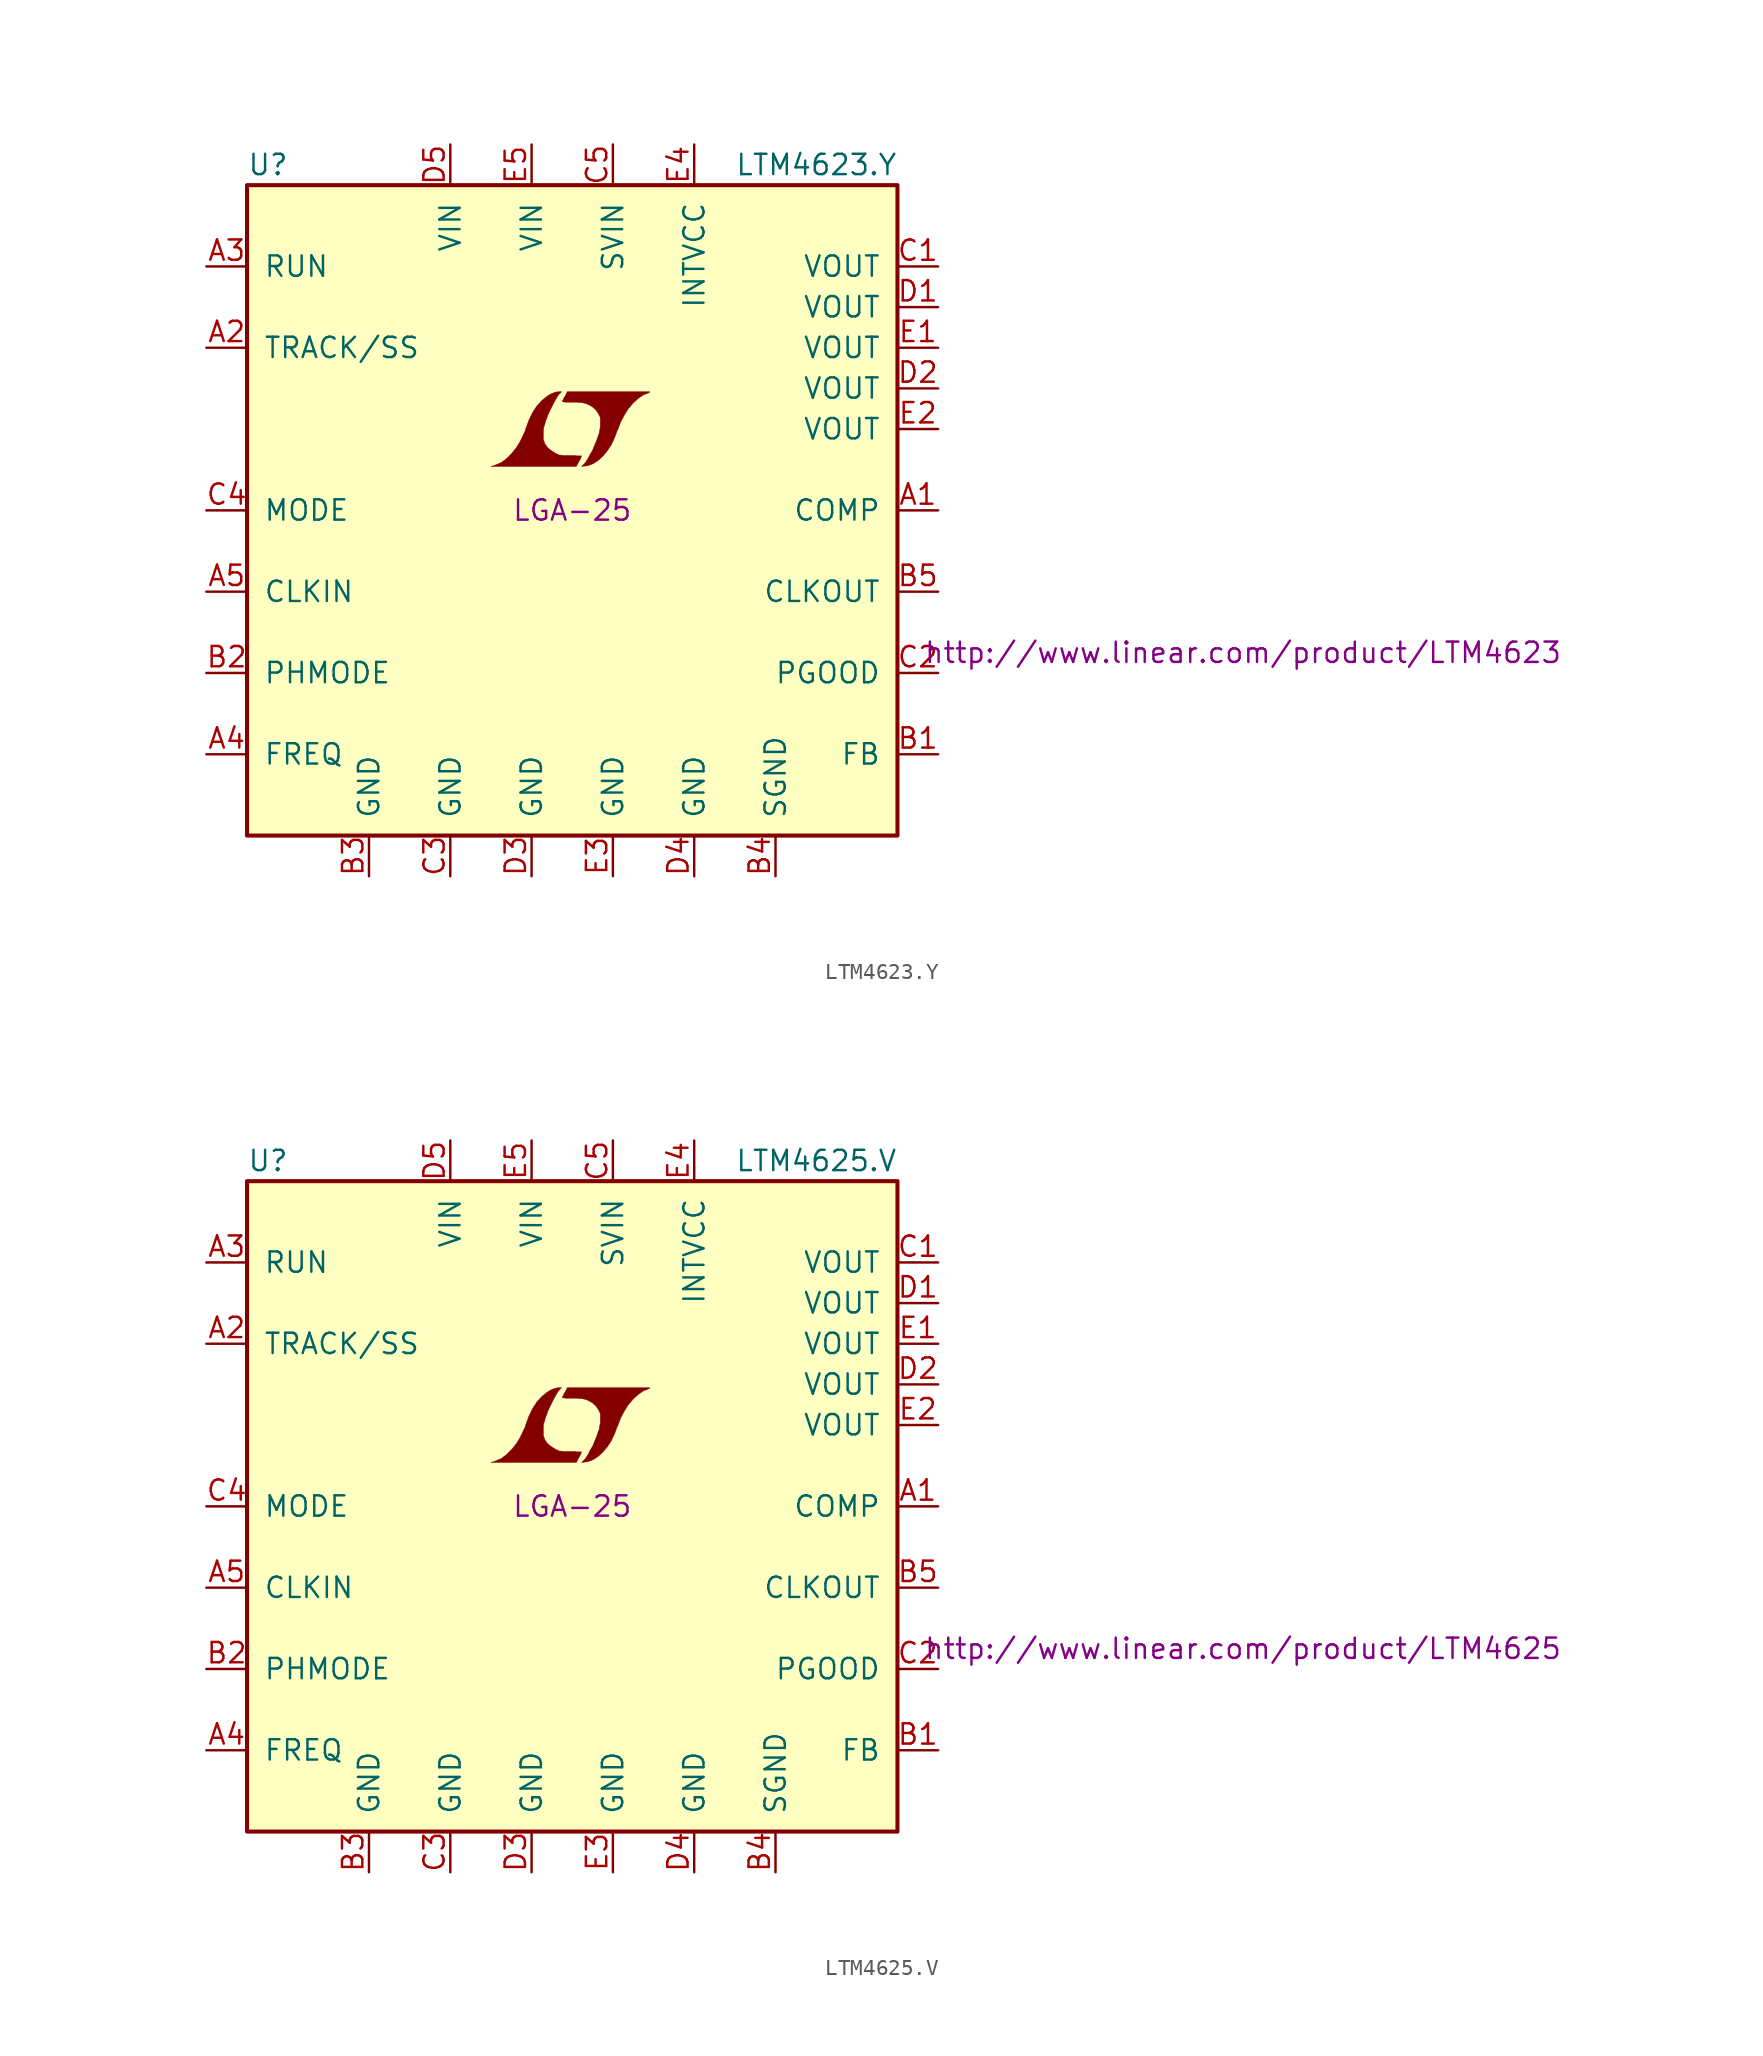
<source format=kicad_sym>
(kicad_symbol_lib
  (version 20201005)
  (generator kicad_symbol_editor)
  (symbol "LTM4623.Y"
    (pin_names
      (offset 1.016))
    (property "Reference" "U"
      (at -20.32 21.59 0)
      (effects (font (size 1.27 1.27)) (justify left)))
    (property "Value" "LTM4623.Y"
      (at 10.16 21.59 0)
      (effects (font (size 1.27 1.27)) (justify left)))
    (property "Footprint" "LGA-25"
      (at 0 0 0)
      (effects (font (size 1.27 1.27))))
    (property "Datasheet" "http://www.linear.com/product/LTM4623"
      (at 41.91 -8.89 0)
      (effects (font (size 1.27 1.27))))
    (symbol "LTM4623.Y_0_0"
      (polyline (pts (xy 0.432 3.073) (xy 0.457 3.124) (xy 0.533 3.251) (xy 0.559 3.353) (xy 0.584 3.404) (xy 0.305 3.404) (xy 0.127 3.429) (xy -0.559 3.429) (xy -0.686 3.454) (xy -0.787 3.454) (xy -0.864 3.48) (xy -1.067 3.581) (xy -1.346 3.759) (xy -1.575 3.962) (xy -1.727 4.191) (xy -1.753 4.293) (xy -1.803 4.42) (xy -1.803 5.029) (xy -1.778 5.182) (xy -1.727 5.334) (xy -1.676 5.537) (xy -1.626 5.664) (xy -1.524 5.944) (xy -1.397 6.223) (xy -1.143 6.731) (xy -1.016 6.96) (xy -0.914 7.137) (xy -0.813 7.264) (xy -0.66 7.417) (xy -0.838 7.417) (xy -1.016 7.391) (xy -1.245 7.315) (xy -1.448 7.214) (xy -1.626 7.087) (xy -1.88 6.883) (xy -2.21 6.528) (xy -2.489 6.096) (xy -2.718 5.613) (xy -2.921 5.055) (xy -2.946 4.953) (xy -3.048 4.75) (xy -3.15 4.521) (xy -3.251 4.318) (xy -3.48 3.937) (xy -3.785 3.556) (xy -4.089 3.251) (xy -4.42 2.997) (xy -4.775 2.845) (xy -5.08 2.743) (xy 0.254 2.743) (xy 0.432 3.073)) (stroke (width 0.025)) (fill (type outline)))
      (polyline (pts (xy 0.813 2.769) (xy 0.991 2.794) (xy 1.321 2.921) (xy 1.626 3.124) (xy 1.905 3.378) (xy 2.184 3.708) (xy 2.438 4.089) (xy 2.642 4.521) (xy 2.819 5.004) (xy 2.845 5.029) (xy 3.023 5.512) (xy 3.251 5.944) (xy 3.505 6.35) (xy 3.81 6.706) (xy 4.115 6.985) (xy 4.445 7.214) (xy 4.775 7.341) (xy 4.775 7.366) (xy 4.826 7.366) (xy 4.851 7.391) (xy 4.826 7.417) (xy -0.305 7.417) (xy -0.457 7.112) (xy -0.508 7.061) (xy -0.559 6.934) (xy -0.635 6.782) (xy -0.559 6.782) (xy -0.432 6.756) (xy 0.305 6.756) (xy 0.483 6.731) (xy 0.61 6.731) (xy 0.711 6.706) (xy 0.838 6.68) (xy 0.965 6.629) (xy 1.245 6.477) (xy 1.473 6.274) (xy 1.651 6.02) (xy 1.676 5.944) (xy 1.727 5.867) (xy 1.753 5.74) (xy 1.753 5.232) (xy 1.727 5.08) (xy 1.702 4.953) (xy 1.676 4.801) (xy 1.6 4.597) (xy 1.524 4.369) (xy 1.27 3.759) (xy 1.118 3.505) (xy 0.991 3.251) (xy 0.864 3.048) (xy 0.762 2.921) (xy 0.584 2.743) (xy 0.813 2.769)) (stroke (width 0.025)) (fill (type outline))))
    (symbol "LTM4623.Y_0_1"
      (rectangle (start -20.32 20.32) (end 20.32 -20.32) (stroke (width 0.254)) (fill (type background))))
    (symbol "LTM4623.Y_1_1"
      (pin passive line (at 22.86 0 180) (length 2.54) (name "COMP" (effects (font (size 1.27 1.27)))) (number "A1" (effects (font (size 1.27 1.27)))))
      (pin passive line (at -22.86 10.16 0) (length 2.54) (name "TRACK/SS" (effects (font (size 1.27 1.27)))) (number "A2" (effects (font (size 1.27 1.27)))))
      (pin input line (at -22.86 15.24 0) (length 2.54) (name "RUN" (effects (font (size 1.27 1.27)))) (number "A3" (effects (font (size 1.27 1.27)))))
      (pin passive line (at -22.86 -15.24 0) (length 2.54) (name "FREQ" (effects (font (size 1.27 1.27)))) (number "A4" (effects (font (size 1.27 1.27)))))
      (pin input line (at -22.86 -5.08 0) (length 2.54) (name "CLKIN" (effects (font (size 1.27 1.27)))) (number "A5" (effects (font (size 1.27 1.27)))))
      (pin passive line (at 22.86 -15.24 180) (length 2.54) (name "FB" (effects (font (size 1.27 1.27)))) (number "B1" (effects (font (size 1.27 1.27)))))
      (pin input line (at -22.86 -10.16 0) (length 2.54) (name "PHMODE" (effects (font (size 1.27 1.27)))) (number "B2" (effects (font (size 1.27 1.27)))))
      (pin power_in line (at -12.7 -22.86 90) (length 2.54) (name "GND" (effects (font (size 1.27 1.27)))) (number "B3" (effects (font (size 1.27 1.27)))))
      (pin power_in line (at 12.7 -22.86 90) (length 2.54) (name "SGND" (effects (font (size 1.27 1.27)))) (number "B4" (effects (font (size 1.27 1.27)))))
      (pin output line (at 22.86 -5.08 180) (length 2.54) (name "CLKOUT" (effects (font (size 1.27 1.27)))) (number "B5" (effects (font (size 1.27 1.27)))))
      (pin power_out line (at 22.86 15.24 180) (length 2.54) (name "VOUT" (effects (font (size 1.27 1.27)))) (number "C1" (effects (font (size 1.27 1.27)))))
      (pin open_collector line (at 22.86 -10.16 180) (length 2.54) (name "PGOOD" (effects (font (size 1.27 1.27)))) (number "C2" (effects (font (size 1.27 1.27)))))
      (pin power_in line (at -7.62 -22.86 90) (length 2.54) (name "GND" (effects (font (size 1.27 1.27)))) (number "C3" (effects (font (size 1.27 1.27)))))
      (pin input line (at -22.86 0 0) (length 2.54) (name "MODE" (effects (font (size 1.27 1.27)))) (number "C4" (effects (font (size 1.27 1.27)))))
      (pin power_in line (at 2.54 22.86 270) (length 2.54) (name "SVIN" (effects (font (size 1.27 1.27)))) (number "C5" (effects (font (size 1.27 1.27)))))
      (pin power_out line (at 22.86 12.7 180) (length 2.54) (name "VOUT" (effects (font (size 1.27 1.27)))) (number "D1" (effects (font (size 1.27 1.27)))))
      (pin power_out line (at 22.86 7.62 180) (length 2.54) (name "VOUT" (effects (font (size 1.27 1.27)))) (number "D2" (effects (font (size 1.27 1.27)))))
      (pin power_in line (at -2.54 -22.86 90) (length 2.54) (name "GND" (effects (font (size 1.27 1.27)))) (number "D3" (effects (font (size 1.27 1.27)))))
      (pin power_in line (at 7.62 -22.86 90) (length 2.54) (name "GND" (effects (font (size 1.27 1.27)))) (number "D4" (effects (font (size 1.27 1.27)))))
      (pin power_in line (at -7.62 22.86 270) (length 2.54) (name "VIN" (effects (font (size 1.27 1.27)))) (number "D5" (effects (font (size 1.27 1.27)))))
      (pin power_out line (at 22.86 10.16 180) (length 2.54) (name "VOUT" (effects (font (size 1.27 1.27)))) (number "E1" (effects (font (size 1.27 1.27)))))
      (pin power_out line (at 22.86 5.08 180) (length 2.54) (name "VOUT" (effects (font (size 1.27 1.27)))) (number "E2" (effects (font (size 1.27 1.27)))))
      (pin power_in line (at 2.54 -22.86 90) (length 2.54) (name "GND" (effects (font (size 1.27 1.27)))) (number "E3" (effects (font (size 1.27 1.27)))))
      (pin passive line (at 7.62 22.86 270) (length 2.54) (name "INTVCC" (effects (font (size 1.27 1.27)))) (number "E4" (effects (font (size 1.27 1.27)))))
      (pin power_in line (at -2.54 22.86 270) (length 2.54) (name "VIN" (effects (font (size 1.27 1.27)))) (number "E5" (effects (font (size 1.27 1.27)))))))
  (symbol "LTM4625.V"
    (pin_names
      (offset 1.016))
    (property "Reference" "U"
      (at -20.32 21.59 0)
      (effects (font (size 1.27 1.27)) (justify left)))
    (property "Value" "LTM4625.V"
      (at 10.16 21.59 0)
      (effects (font (size 1.27 1.27)) (justify left)))
    (property "Footprint" "LGA-25"
      (at 0 0 0)
      (effects (font (size 1.27 1.27))))
    (property "Datasheet" "http://www.linear.com/product/LTM4625"
      (at 41.91 -8.89 0)
      (effects (font (size 1.27 1.27))))
    (symbol "LTM4625.V_0_0"
      (polyline (pts (xy 0.432 3.073) (xy 0.457 3.124) (xy 0.533 3.251) (xy 0.559 3.353) (xy 0.584 3.404) (xy 0.305 3.404) (xy 0.127 3.429) (xy -0.559 3.429) (xy -0.686 3.454) (xy -0.787 3.454) (xy -0.864 3.48) (xy -1.067 3.581) (xy -1.346 3.759) (xy -1.575 3.962) (xy -1.727 4.191) (xy -1.753 4.293) (xy -1.803 4.42) (xy -1.803 5.029) (xy -1.778 5.182) (xy -1.727 5.334) (xy -1.676 5.537) (xy -1.626 5.664) (xy -1.524 5.944) (xy -1.397 6.223) (xy -1.143 6.731) (xy -1.016 6.96) (xy -0.914 7.137) (xy -0.813 7.264) (xy -0.66 7.417) (xy -0.838 7.417) (xy -1.016 7.391) (xy -1.245 7.315) (xy -1.448 7.214) (xy -1.626 7.087) (xy -1.88 6.883) (xy -2.21 6.528) (xy -2.489 6.096) (xy -2.718 5.613) (xy -2.921 5.055) (xy -2.946 4.953) (xy -3.048 4.75) (xy -3.15 4.521) (xy -3.251 4.318) (xy -3.48 3.937) (xy -3.785 3.556) (xy -4.089 3.251) (xy -4.42 2.997) (xy -4.775 2.845) (xy -5.08 2.743) (xy 0.254 2.743) (xy 0.432 3.073)) (stroke (width 0.025)) (fill (type outline)))
      (polyline (pts (xy 0.813 2.769) (xy 0.991 2.794) (xy 1.321 2.921) (xy 1.626 3.124) (xy 1.905 3.378) (xy 2.184 3.708) (xy 2.438 4.089) (xy 2.642 4.521) (xy 2.819 5.004) (xy 2.845 5.029) (xy 3.023 5.512) (xy 3.251 5.944) (xy 3.505 6.35) (xy 3.81 6.706) (xy 4.115 6.985) (xy 4.445 7.214) (xy 4.775 7.341) (xy 4.775 7.366) (xy 4.826 7.366) (xy 4.851 7.391) (xy 4.826 7.417) (xy -0.305 7.417) (xy -0.457 7.112) (xy -0.508 7.061) (xy -0.559 6.934) (xy -0.635 6.782) (xy -0.559 6.782) (xy -0.432 6.756) (xy 0.305 6.756) (xy 0.483 6.731) (xy 0.61 6.731) (xy 0.711 6.706) (xy 0.838 6.68) (xy 0.965 6.629) (xy 1.245 6.477) (xy 1.473 6.274) (xy 1.651 6.02) (xy 1.676 5.944) (xy 1.727 5.867) (xy 1.753 5.74) (xy 1.753 5.232) (xy 1.727 5.08) (xy 1.702 4.953) (xy 1.676 4.801) (xy 1.6 4.597) (xy 1.524 4.369) (xy 1.27 3.759) (xy 1.118 3.505) (xy 0.991 3.251) (xy 0.864 3.048) (xy 0.762 2.921) (xy 0.584 2.743) (xy 0.813 2.769)) (stroke (width 0.025)) (fill (type outline))))
    (symbol "LTM4625.V_0_1"
      (rectangle (start -20.32 20.32) (end 20.32 -20.32) (stroke (width 0.254)) (fill (type background))))
    (symbol "LTM4625.V_1_1"
      (pin passive line (at 22.86 0 180) (length 2.54) (name "COMP" (effects (font (size 1.27 1.27)))) (number "A1" (effects (font (size 1.27 1.27)))))
      (pin passive line (at -22.86 10.16 0) (length 2.54) (name "TRACK/SS" (effects (font (size 1.27 1.27)))) (number "A2" (effects (font (size 1.27 1.27)))))
      (pin input line (at -22.86 15.24 0) (length 2.54) (name "RUN" (effects (font (size 1.27 1.27)))) (number "A3" (effects (font (size 1.27 1.27)))))
      (pin passive line (at -22.86 -15.24 0) (length 2.54) (name "FREQ" (effects (font (size 1.27 1.27)))) (number "A4" (effects (font (size 1.27 1.27)))))
      (pin input line (at -22.86 -5.08 0) (length 2.54) (name "CLKIN" (effects (font (size 1.27 1.27)))) (number "A5" (effects (font (size 1.27 1.27)))))
      (pin passive line (at 22.86 -15.24 180) (length 2.54) (name "FB" (effects (font (size 1.27 1.27)))) (number "B1" (effects (font (size 1.27 1.27)))))
      (pin input line (at -22.86 -10.16 0) (length 2.54) (name "PHMODE" (effects (font (size 1.27 1.27)))) (number "B2" (effects (font (size 1.27 1.27)))))
      (pin power_in line (at -12.7 -22.86 90) (length 2.54) (name "GND" (effects (font (size 1.27 1.27)))) (number "B3" (effects (font (size 1.27 1.27)))))
      (pin power_in line (at 12.7 -22.86 90) (length 2.54) (name "SGND" (effects (font (size 1.27 1.27)))) (number "B4" (effects (font (size 1.27 1.27)))))
      (pin output line (at 22.86 -5.08 180) (length 2.54) (name "CLKOUT" (effects (font (size 1.27 1.27)))) (number "B5" (effects (font (size 1.27 1.27)))))
      (pin power_out line (at 22.86 15.24 180) (length 2.54) (name "VOUT" (effects (font (size 1.27 1.27)))) (number "C1" (effects (font (size 1.27 1.27)))))
      (pin open_collector line (at 22.86 -10.16 180) (length 2.54) (name "PGOOD" (effects (font (size 1.27 1.27)))) (number "C2" (effects (font (size 1.27 1.27)))))
      (pin power_in line (at -7.62 -22.86 90) (length 2.54) (name "GND" (effects (font (size 1.27 1.27)))) (number "C3" (effects (font (size 1.27 1.27)))))
      (pin input line (at -22.86 0 0) (length 2.54) (name "MODE" (effects (font (size 1.27 1.27)))) (number "C4" (effects (font (size 1.27 1.27)))))
      (pin power_in line (at 2.54 22.86 270) (length 2.54) (name "SVIN" (effects (font (size 1.27 1.27)))) (number "C5" (effects (font (size 1.27 1.27)))))
      (pin power_out line (at 22.86 12.7 180) (length 2.54) (name "VOUT" (effects (font (size 1.27 1.27)))) (number "D1" (effects (font (size 1.27 1.27)))))
      (pin power_out line (at 22.86 7.62 180) (length 2.54) (name "VOUT" (effects (font (size 1.27 1.27)))) (number "D2" (effects (font (size 1.27 1.27)))))
      (pin power_in line (at -2.54 -22.86 90) (length 2.54) (name "GND" (effects (font (size 1.27 1.27)))) (number "D3" (effects (font (size 1.27 1.27)))))
      (pin power_in line (at 7.62 -22.86 90) (length 2.54) (name "GND" (effects (font (size 1.27 1.27)))) (number "D4" (effects (font (size 1.27 1.27)))))
      (pin power_in line (at -7.62 22.86 270) (length 2.54) (name "VIN" (effects (font (size 1.27 1.27)))) (number "D5" (effects (font (size 1.27 1.27)))))
      (pin power_out line (at 22.86 10.16 180) (length 2.54) (name "VOUT" (effects (font (size 1.27 1.27)))) (number "E1" (effects (font (size 1.27 1.27)))))
      (pin power_out line (at 22.86 5.08 180) (length 2.54) (name "VOUT" (effects (font (size 1.27 1.27)))) (number "E2" (effects (font (size 1.27 1.27)))))
      (pin power_in line (at 2.54 -22.86 90) (length 2.54) (name "GND" (effects (font (size 1.27 1.27)))) (number "E3" (effects (font (size 1.27 1.27)))))
      (pin passive line (at 7.62 22.86 270) (length 2.54) (name "INTVCC" (effects (font (size 1.27 1.27)))) (number "E4" (effects (font (size 1.27 1.27)))))
      (pin power_in line (at -2.54 22.86 270) (length 2.54) (name "VIN" (effects (font (size 1.27 1.27)))) (number "E5" (effects (font (size 1.27 1.27))))))))
</source>
